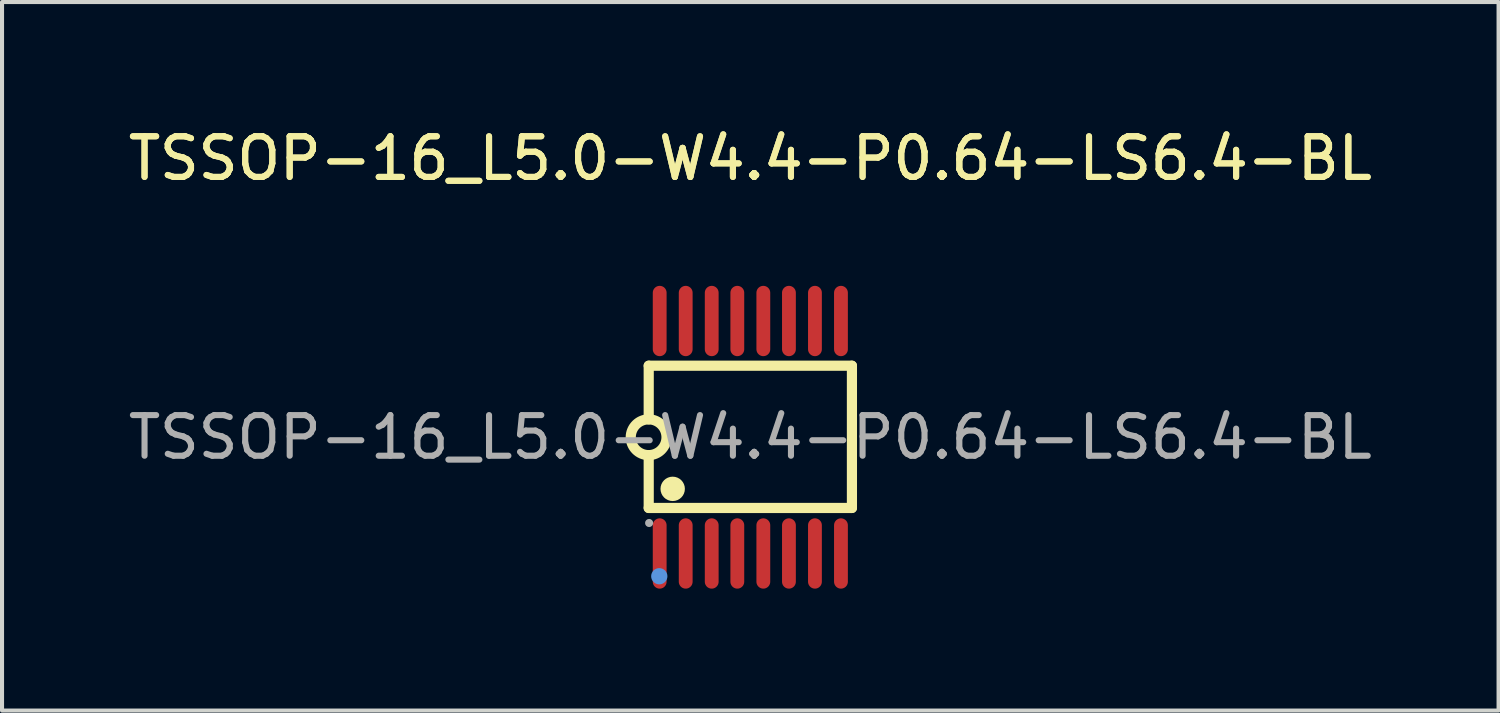
<source format=kicad_pcb>
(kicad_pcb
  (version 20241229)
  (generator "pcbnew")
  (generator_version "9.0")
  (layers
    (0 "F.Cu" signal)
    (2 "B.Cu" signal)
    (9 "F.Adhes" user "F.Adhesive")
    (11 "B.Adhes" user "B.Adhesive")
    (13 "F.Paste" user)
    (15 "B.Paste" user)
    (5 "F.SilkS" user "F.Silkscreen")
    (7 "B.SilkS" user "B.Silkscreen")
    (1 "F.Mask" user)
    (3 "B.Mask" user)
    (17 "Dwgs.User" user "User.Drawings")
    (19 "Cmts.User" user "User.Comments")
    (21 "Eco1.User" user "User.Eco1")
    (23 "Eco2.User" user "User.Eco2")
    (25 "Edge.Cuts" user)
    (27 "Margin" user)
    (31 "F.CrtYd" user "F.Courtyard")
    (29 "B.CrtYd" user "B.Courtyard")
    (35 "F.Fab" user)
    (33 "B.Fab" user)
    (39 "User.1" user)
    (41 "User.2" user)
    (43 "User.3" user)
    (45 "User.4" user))
  (footprint "TSSOP-16_L5.0-W4.4-P0.64-LS6.4-BL"
    (layer "F.Cu")
    (at 15.411 7.708)
    (property "Reference" "TSSOP-16_L5.0-W4.4-P0.64-LS6.4-BL" (at 0 -6.86 0) (layer "F.SilkS") (effects (font (size 1 1) (thickness 0.15))))
    (attr smd)
    (fp_line (start -2.5 -1.76) (end 2.5 -1.76) (stroke (width 0.25) (type solid)) (layer "F.SilkS"))
    (fp_line (start -2.5 -0.44) (end -2.5 -1.76) (stroke (width 0.25) (type solid)) (layer "F.SilkS"))
    (fp_line (start -2.5 0.44) (end -2.5 1.74) (stroke (width 0.25) (type solid)) (layer "F.SilkS"))
    (fp_line (start -2.5 1.74) (end 2.5 1.74) (stroke (width 0.25) (type solid)) (layer "F.SilkS"))
    (fp_line (start 2.5 -1.76) (end 2.5 1.74) (stroke (width 0.25) (type solid)) (layer "F.SilkS"))
    (fp_arc (start -2.492321 -0.439933) (mid -2.503838 0.439983) (end -2.5 -0.44) (stroke (width 0.25) (type solid)) (layer "F.SilkS"))
    (fp_circle (center -1.91 1.27) (end -1.76 1.27) (stroke (width 0.3) (type solid)) (fill no) (layer "F.SilkS"))
    (fp_circle (center -2.24 3.42) (end -2.14 3.42) (stroke (width 0.2) (type solid)) (fill no) (layer "Cmts.User"))
    (fp_circle (center -2.49 2.11) (end -2.44 2.11) (stroke (width 0.1) (type solid)) (fill no) (layer "F.Fab"))
    (fp_text user "${REFERENCE}" (at 0 -6.86 0) (layer "F.SilkS") (effects (font (size 1 1) (thickness 0.15))))
    (fp_text user "${REFERENCE}" (at 0 0 0) (layer "F.Fab") (effects (font (size 1 1) (thickness 0.15))))
    (pad "1" smd oval (at -2.23 2.86) (size 0.34 1.73) (layers "F.Cu" "F.Mask" "F.Paste"))
    (pad "2" smd oval (at -1.59 2.86) (size 0.34 1.73) (layers "F.Cu" "F.Mask" "F.Paste"))
    (pad "3" smd oval (at -0.95 2.86) (size 0.34 1.73) (layers "F.Cu" "F.Mask" "F.Paste"))
    (pad "4" smd oval (at -0.32 2.86) (size 0.34 1.73) (layers "F.Cu" "F.Mask" "F.Paste"))
    (pad "5" smd oval (at 0.32 2.86) (size 0.34 1.73) (layers "F.Cu" "F.Mask" "F.Paste"))
    (pad "6" smd oval (at 0.95 2.86) (size 0.34 1.73) (layers "F.Cu" "F.Mask" "F.Paste"))
    (pad "7" smd oval (at 1.59 2.86) (size 0.34 1.73) (layers "F.Cu" "F.Mask" "F.Paste"))
    (pad "8" smd oval (at 2.23 2.86) (size 0.34 1.73) (layers "F.Cu" "F.Mask" "F.Paste"))
    (pad "9" smd oval (at 2.23 -2.86) (size 0.34 1.73) (layers "F.Cu" "F.Mask" "F.Paste"))
    (pad "10" smd oval (at 1.59 -2.86) (size 0.34 1.73) (layers "F.Cu" "F.Mask" "F.Paste"))
    (pad "11" smd oval (at 0.95 -2.86) (size 0.34 1.73) (layers "F.Cu" "F.Mask" "F.Paste"))
    (pad "12" smd oval (at 0.32 -2.86) (size 0.34 1.73) (layers "F.Cu" "F.Mask" "F.Paste"))
    (pad "13" smd oval (at -0.32 -2.86) (size 0.34 1.73) (layers "F.Cu" "F.Mask" "F.Paste"))
    (pad "14" smd oval (at -0.95 -2.86) (size 0.34 1.73) (layers "F.Cu" "F.Mask" "F.Paste"))
    (pad "15" smd oval (at -1.59 -2.86) (size 0.34 1.73) (layers "F.Cu" "F.Mask" "F.Paste"))
    (pad "16" smd oval (at -2.23 -2.86) (size 0.34 1.73) (layers "F.Cu" "F.Mask" "F.Paste")))
  (gr_rect
    (start -3 -3)
    (end 33.821 14.433)
    (stroke (width 0.1) (type default))
    (fill no)
    (layer "Edge.Cuts")))
</source>
